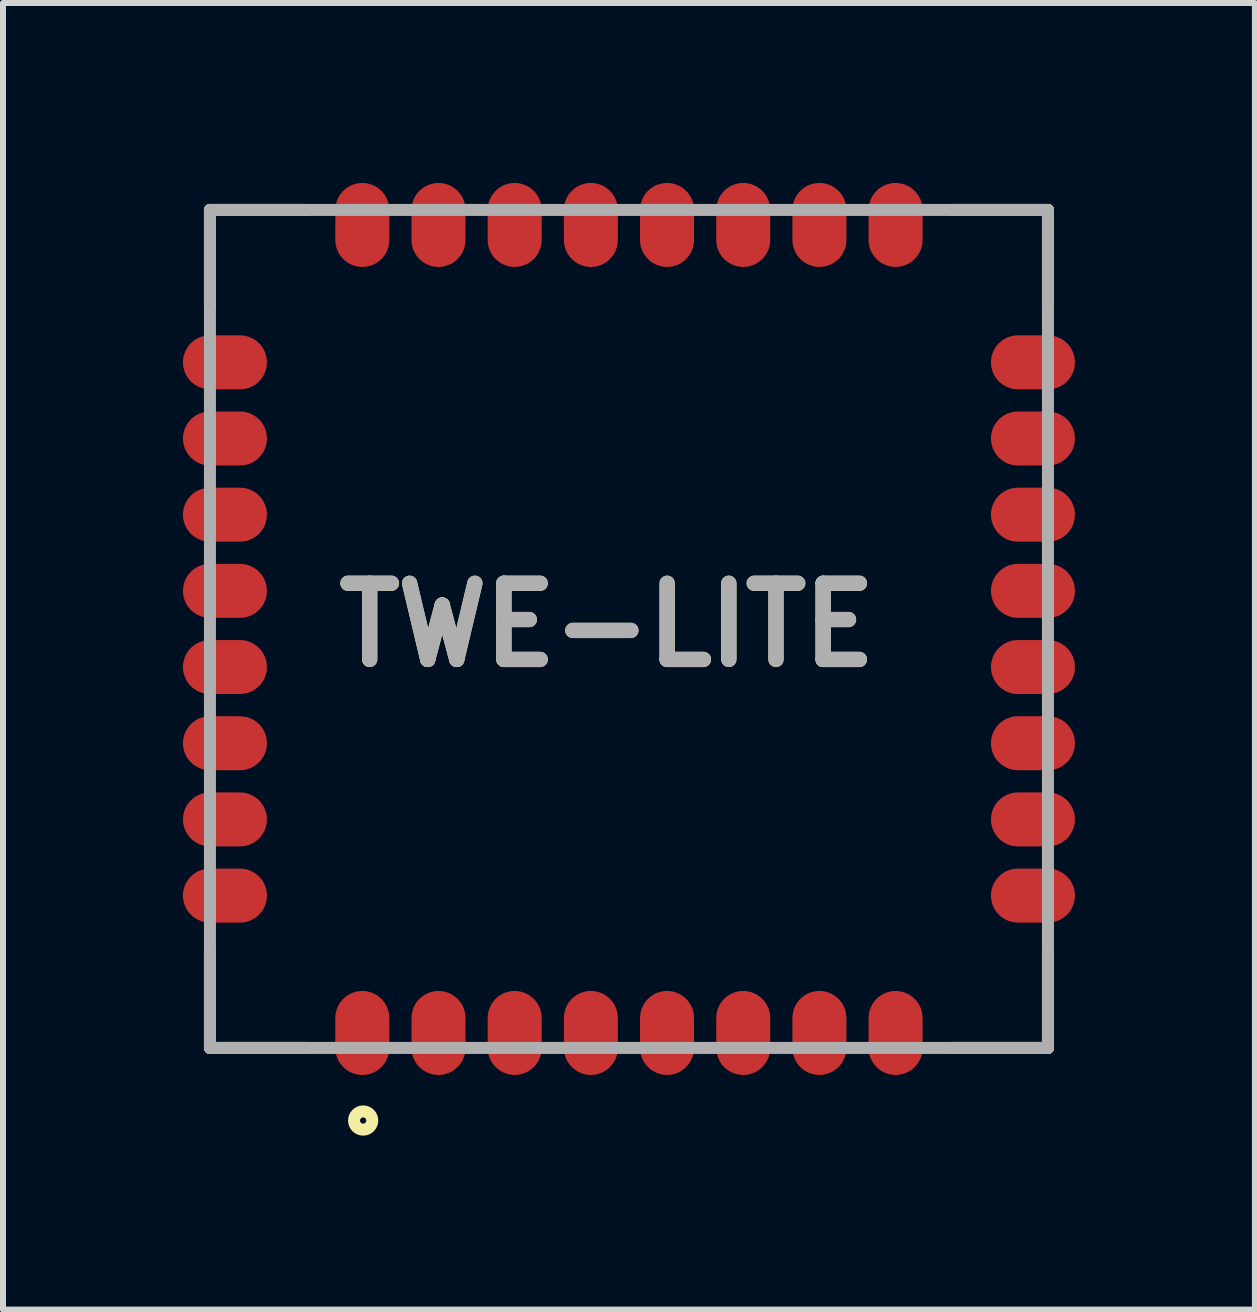
<source format=kicad_pcb>
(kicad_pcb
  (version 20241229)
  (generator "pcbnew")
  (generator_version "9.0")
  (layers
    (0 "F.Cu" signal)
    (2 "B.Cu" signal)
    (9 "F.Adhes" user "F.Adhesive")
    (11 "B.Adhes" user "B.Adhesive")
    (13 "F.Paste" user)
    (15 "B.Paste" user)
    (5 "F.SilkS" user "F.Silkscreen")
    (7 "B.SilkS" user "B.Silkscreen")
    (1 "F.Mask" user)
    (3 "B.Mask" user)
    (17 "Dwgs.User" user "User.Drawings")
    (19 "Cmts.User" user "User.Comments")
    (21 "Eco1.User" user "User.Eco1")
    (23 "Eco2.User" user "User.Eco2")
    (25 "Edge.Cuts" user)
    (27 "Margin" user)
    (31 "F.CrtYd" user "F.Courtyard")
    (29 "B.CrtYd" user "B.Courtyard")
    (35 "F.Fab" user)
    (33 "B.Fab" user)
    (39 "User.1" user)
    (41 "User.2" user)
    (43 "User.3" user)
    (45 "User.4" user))
  (footprint "TWE-LITE"
    (layer "F.Cu")
    (at 7.435 7.435)
    (property "Reference" "TWE-LITE" (at -0.361 -0.066 0) (layer "F.SilkS") (effects (font (size 1.27 1.27) (thickness 0.254))))
    (attr smd)
    (fp_line (start -6.985 -6.985) (end -6.985 -5.374) (stroke (width 0.2) (type solid)) (layer "F.SilkS"))
    (fp_line (start -6.985 -6.985) (end -5.374 -6.985) (stroke (width 0.2) (type solid)) (layer "F.SilkS"))
    (fp_line (start -6.985 6.985) (end -6.985 5.374) (stroke (width 0.2) (type solid)) (layer "F.SilkS"))
    (fp_line (start -6.985 6.985) (end -5.374 6.985) (stroke (width 0.2) (type solid)) (layer "F.SilkS"))
    (fp_line (start 6.985 -6.985) (end 5.374 -6.985) (stroke (width 0.2) (type solid)) (layer "F.SilkS"))
    (fp_line (start 6.985 -6.985) (end 6.985 -5.374) (stroke (width 0.2) (type solid)) (layer "F.SilkS"))
    (fp_line (start 6.985 6.985) (end 5.374 6.985) (stroke (width 0.2) (type solid)) (layer "F.SilkS"))
    (fp_line (start 6.985 6.985) (end 6.985 5.374) (stroke (width 0.2) (type solid)) (layer "F.SilkS"))
    (fp_circle (center -4.431 8.195) (end -4.431 8.247) (stroke (width 0.2) (type solid)) (fill no) (layer "F.SilkS"))
    (fp_line (start -6.985 -6.985) (end 6.985 -6.985) (stroke (width 0.2) (type solid)) (layer "F.Fab"))
    (fp_line (start -6.985 6.985) (end -6.985 -6.985) (stroke (width 0.2) (type solid)) (layer "F.Fab"))
    (fp_line (start 6.985 -6.985) (end 6.985 6.985) (stroke (width 0.2) (type solid)) (layer "F.Fab"))
    (fp_line (start 6.985 6.985) (end -6.985 6.985) (stroke (width 0.2) (type solid)) (layer "F.Fab"))
    (fp_text user "${REFERENCE}" (at -0.361 -0.066 0) (layer "F.Fab") (effects (font (size 1.27 1.27) (thickness 0.254))))
    (pad "1" smd oval (at -4.445 6.735) (size 0.9 1.4) (layers "F.Cu" "F.Mask" "F.Paste"))
    (pad "2" smd oval (at -3.175 6.735) (size 0.9 1.4) (layers "F.Cu" "F.Mask" "F.Paste"))
    (pad "3" smd oval (at -1.905 6.735) (size 0.9 1.4) (layers "F.Cu" "F.Mask" "F.Paste"))
    (pad "4" smd oval (at -0.635 6.735) (size 0.9 1.4) (layers "F.Cu" "F.Mask" "F.Paste"))
    (pad "5" smd oval (at 0.635 6.735) (size 0.9 1.4) (layers "F.Cu" "F.Mask" "F.Paste"))
    (pad "6" smd oval (at 1.905 6.735) (size 0.9 1.4) (layers "F.Cu" "F.Mask" "F.Paste"))
    (pad "7" smd oval (at 3.175 6.735) (size 0.9 1.4) (layers "F.Cu" "F.Mask" "F.Paste"))
    (pad "8" smd oval (at 4.445 6.735) (size 0.9 1.4) (layers "F.Cu" "F.Mask" "F.Paste"))
    (pad "9" smd oval (at 6.735 4.445 90) (size 0.9 1.4) (layers "F.Cu" "F.Mask" "F.Paste"))
    (pad "10" smd oval (at 6.735 3.175 90) (size 0.9 1.4) (layers "F.Cu" "F.Mask" "F.Paste"))
    (pad "11" smd oval (at 6.735 1.905 90) (size 0.9 1.4) (layers "F.Cu" "F.Mask" "F.Paste"))
    (pad "12" smd oval (at 6.735 0.635 90) (size 0.9 1.4) (layers "F.Cu" "F.Mask" "F.Paste"))
    (pad "13" smd oval (at 6.735 -0.635 90) (size 0.9 1.4) (layers "F.Cu" "F.Mask" "F.Paste"))
    (pad "14" smd oval (at 6.735 -1.905 90) (size 0.9 1.4) (layers "F.Cu" "F.Mask" "F.Paste"))
    (pad "15" smd oval (at 6.735 -3.175 90) (size 0.9 1.4) (layers "F.Cu" "F.Mask" "F.Paste"))
    (pad "16" smd oval (at 6.735 -4.445 90) (size 0.9 1.4) (layers "F.Cu" "F.Mask" "F.Paste"))
    (pad "17" smd oval (at 4.445 -6.735) (size 0.9 1.4) (layers "F.Cu" "F.Mask" "F.Paste"))
    (pad "18" smd oval (at 3.175 -6.735) (size 0.9 1.4) (layers "F.Cu" "F.Mask" "F.Paste"))
    (pad "19" smd oval (at 1.905 -6.735) (size 0.9 1.4) (layers "F.Cu" "F.Mask" "F.Paste"))
    (pad "20" smd oval (at 0.635 -6.735) (size 0.9 1.4) (layers "F.Cu" "F.Mask" "F.Paste"))
    (pad "21" smd oval (at -0.635 -6.735) (size 0.9 1.4) (layers "F.Cu" "F.Mask" "F.Paste"))
    (pad "22" smd oval (at -1.905 -6.735) (size 0.9 1.4) (layers "F.Cu" "F.Mask" "F.Paste"))
    (pad "23" smd oval (at -3.175 -6.735) (size 0.9 1.4) (layers "F.Cu" "F.Mask" "F.Paste"))
    (pad "24" smd oval (at -4.445 -6.735) (size 0.9 1.4) (layers "F.Cu" "F.Mask" "F.Paste"))
    (pad "25" smd oval (at -6.735 -4.445 90) (size 0.9 1.4) (layers "F.Cu" "F.Mask" "F.Paste"))
    (pad "26" smd oval (at -6.735 -3.175 90) (size 0.9 1.4) (layers "F.Cu" "F.Mask" "F.Paste"))
    (pad "27" smd oval (at -6.735 -1.905 90) (size 0.9 1.4) (layers "F.Cu" "F.Mask" "F.Paste"))
    (pad "28" smd oval (at -6.735 -0.635 90) (size 0.9 1.4) (layers "F.Cu" "F.Mask" "F.Paste"))
    (pad "29" smd oval (at -6.735 0.635 90) (size 0.9 1.4) (layers "F.Cu" "F.Mask" "F.Paste"))
    (pad "30" smd oval (at -6.735 1.905 90) (size 0.9 1.4) (layers "F.Cu" "F.Mask" "F.Paste"))
    (pad "31" smd oval (at -6.735 3.175 90) (size 0.9 1.4) (layers "F.Cu" "F.Mask" "F.Paste"))
    (pad "32" smd oval (at -6.735 4.445 90) (size 0.9 1.4) (layers "F.Cu" "F.Mask" "F.Paste")))
  (gr_rect
    (start -3 -3)
    (end 17.87 18.782)
    (stroke (width 0.1) (type default))
    (fill no)
    (layer "Edge.Cuts")))
</source>
